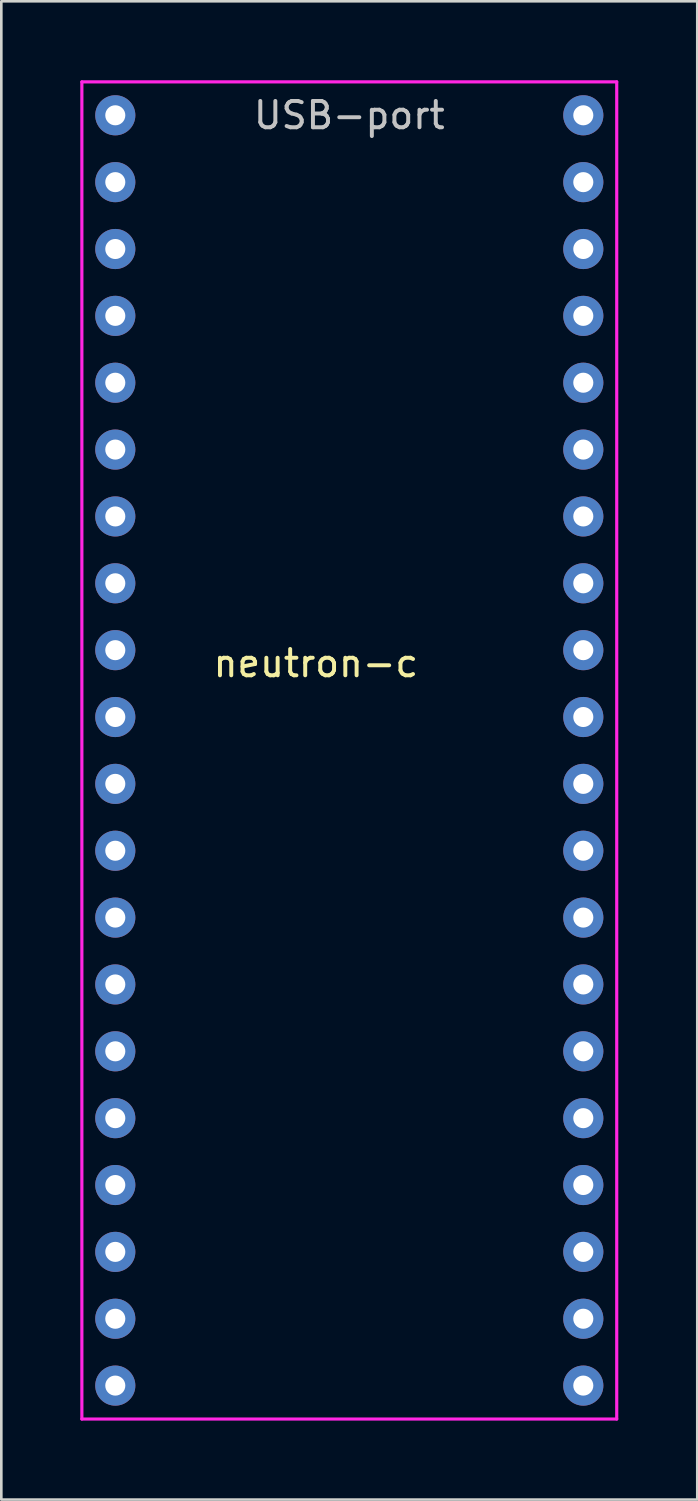
<source format=kicad_pcb>
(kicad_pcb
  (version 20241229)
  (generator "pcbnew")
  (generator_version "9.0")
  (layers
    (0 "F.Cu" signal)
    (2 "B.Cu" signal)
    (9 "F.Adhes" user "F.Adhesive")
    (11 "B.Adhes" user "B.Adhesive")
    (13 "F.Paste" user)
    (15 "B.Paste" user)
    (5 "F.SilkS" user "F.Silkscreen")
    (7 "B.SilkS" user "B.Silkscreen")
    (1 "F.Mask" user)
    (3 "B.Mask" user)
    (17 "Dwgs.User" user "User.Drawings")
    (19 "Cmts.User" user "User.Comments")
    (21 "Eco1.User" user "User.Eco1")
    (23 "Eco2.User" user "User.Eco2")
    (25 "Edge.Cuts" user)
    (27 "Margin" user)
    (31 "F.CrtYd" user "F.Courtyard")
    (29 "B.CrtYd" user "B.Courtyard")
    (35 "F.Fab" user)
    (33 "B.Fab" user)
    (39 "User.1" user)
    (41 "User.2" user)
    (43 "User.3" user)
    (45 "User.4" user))
  (footprint "neutron-c"
    (layer "F.Cu")
    (at 8.95 21.65)
    (property "Reference" "neutron-c" (at 0 0.5 0) (layer "F.SilkS") (effects (font (size 1 1) (thickness 0.15))))
    (attr through_hole)
    (fp_line (start -8.89 -21.59) (end 11.43 -21.59) (stroke (width 0.12) (type solid)) (layer "F.CrtYd"))
    (fp_line (start -8.89 29.21) (end -8.89 -21.59) (stroke (width 0.12) (type solid)) (layer "F.CrtYd"))
    (fp_line (start 11.43 -21.59) (end 11.43 29.21) (stroke (width 0.12) (type solid)) (layer "F.CrtYd"))
    (fp_line (start 11.43 29.21) (end -8.89 29.21) (stroke (width 0.12) (type solid)) (layer "F.CrtYd"))
    (fp_text user "USB-port" (at 1.27 -20.32 0) (layer "Dwgs.User") (effects (font (size 1 1) (thickness 0.15))))
    (pad "1" thru_hole circle (at -7.62 -20.32) (size 1.524 1.524) (drill 0.762) (layers "*.Cu" "*.Mask"))
    (pad "2" thru_hole circle (at -7.62 -17.78) (size 1.524 1.524) (drill 0.762) (layers "*.Cu" "*.Mask"))
    (pad "3" thru_hole circle (at -7.62 -15.24) (size 1.524 1.524) (drill 0.762) (layers "*.Cu" "*.Mask"))
    (pad "4" thru_hole circle (at -7.62 -12.7) (size 1.524 1.524) (drill 0.762) (layers "*.Cu" "*.Mask"))
    (pad "5" thru_hole circle (at -7.62 -10.16) (size 1.524 1.524) (drill 0.762) (layers "*.Cu" "*.Mask"))
    (pad "6" thru_hole circle (at -7.62 -7.62) (size 1.524 1.524) (drill 0.762) (layers "*.Cu" "*.Mask"))
    (pad "7" thru_hole circle (at -7.62 -5.08) (size 1.524 1.524) (drill 0.762) (layers "*.Cu" "*.Mask"))
    (pad "8" thru_hole circle (at -7.62 -2.54) (size 1.524 1.524) (drill 0.762) (layers "*.Cu" "*.Mask"))
    (pad "9" thru_hole circle (at -7.62 0) (size 1.524 1.524) (drill 0.762) (layers "*.Cu" "*.Mask"))
    (pad "10" thru_hole circle (at -7.62 2.54) (size 1.524 1.524) (drill 0.762) (layers "*.Cu" "*.Mask"))
    (pad "11" thru_hole circle (at -7.62 5.08) (size 1.524 1.524) (drill 0.762) (layers "*.Cu" "*.Mask"))
    (pad "12" thru_hole circle (at -7.62 10.16) (size 1.524 1.524) (drill 0.762) (layers "*.Cu" "*.Mask"))
    (pad "13" thru_hole circle (at -7.62 7.62) (size 1.524 1.524) (drill 0.762) (layers "*.Cu" "*.Mask"))
    (pad "14" thru_hole circle (at -7.62 12.7) (size 1.524 1.524) (drill 0.762) (layers "*.Cu" "*.Mask"))
    (pad "15" thru_hole circle (at -7.62 15.24) (size 1.524 1.524) (drill 0.762) (layers "*.Cu" "*.Mask"))
    (pad "16" thru_hole circle (at -7.62 17.78) (size 1.524 1.524) (drill 0.762) (layers "*.Cu" "*.Mask"))
    (pad "17" thru_hole circle (at -7.62 20.32) (size 1.524 1.524) (drill 0.762) (layers "*.Cu" "*.Mask"))
    (pad "18" thru_hole circle (at -7.62 22.86) (size 1.524 1.524) (drill 0.762) (layers "*.Cu" "*.Mask"))
    (pad "19" thru_hole circle (at -7.62 25.4) (size 1.524 1.524) (drill 0.762) (layers "*.Cu" "*.Mask"))
    (pad "20" thru_hole circle (at -7.62 27.94) (size 1.524 1.524) (drill 0.762) (layers "*.Cu" "*.Mask"))
    (pad "21" thru_hole circle (at 10.16 -20.32) (size 1.524 1.524) (drill 0.762) (layers "*.Cu" "*.Mask"))
    (pad "22" thru_hole circle (at 10.16 -17.78) (size 1.524 1.524) (drill 0.762) (layers "*.Cu" "*.Mask"))
    (pad "23" thru_hole circle (at 10.16 -15.24) (size 1.524 1.524) (drill 0.762) (layers "*.Cu" "*.Mask"))
    (pad "24" thru_hole circle (at 10.16 -12.7) (size 1.524 1.524) (drill 0.762) (layers "*.Cu" "*.Mask"))
    (pad "25" thru_hole circle (at 10.16 -10.16) (size 1.524 1.524) (drill 0.762) (layers "*.Cu" "*.Mask"))
    (pad "26" thru_hole circle (at 10.16 -7.62) (size 1.524 1.524) (drill 0.762) (layers "*.Cu" "*.Mask"))
    (pad "27" thru_hole circle (at 10.16 -5.08) (size 1.524 1.524) (drill 0.762) (layers "*.Cu" "*.Mask"))
    (pad "28" thru_hole circle (at 10.16 -2.54) (size 1.524 1.524) (drill 0.762) (layers "*.Cu" "*.Mask"))
    (pad "29" thru_hole circle (at 10.16 0) (size 1.524 1.524) (drill 0.762) (layers "*.Cu" "*.Mask"))
    (pad "30" thru_hole circle (at 10.16 2.54) (size 1.524 1.524) (drill 0.762) (layers "*.Cu" "*.Mask"))
    (pad "31" thru_hole circle (at 10.16 5.08) (size 1.524 1.524) (drill 0.762) (layers "*.Cu" "*.Mask"))
    (pad "32" thru_hole circle (at 10.16 7.62) (size 1.524 1.524) (drill 0.762) (layers "*.Cu" "*.Mask"))
    (pad "33" thru_hole circle (at 10.16 10.16) (size 1.524 1.524) (drill 0.762) (layers "*.Cu" "*.Mask"))
    (pad "34" thru_hole circle (at 10.16 12.7) (size 1.524 1.524) (drill 0.762) (layers "*.Cu" "*.Mask"))
    (pad "35" thru_hole circle (at 10.16 15.24) (size 1.524 1.524) (drill 0.762) (layers "*.Cu" "*.Mask"))
    (pad "36" thru_hole circle (at 10.16 17.78) (size 1.524 1.524) (drill 0.762) (layers "*.Cu" "*.Mask"))
    (pad "37" thru_hole circle (at 10.16 20.32) (size 1.524 1.524) (drill 0.762) (layers "*.Cu" "*.Mask"))
    (pad "38" thru_hole circle (at 10.16 22.86) (size 1.524 1.524) (drill 0.762) (layers "*.Cu" "*.Mask"))
    (pad "39" thru_hole circle (at 10.16 25.4) (size 1.524 1.524) (drill 0.762) (layers "*.Cu" "*.Mask"))
    (pad "40" thru_hole circle (at 10.16 27.94) (size 1.524 1.524) (drill 0.762) (layers "*.Cu" "*.Mask")))
  (gr_rect
    (start -3 -3)
    (end 23.44 53.92)
    (stroke (width 0.1) (type default))
    (fill no)
    (layer "Edge.Cuts")))
</source>
